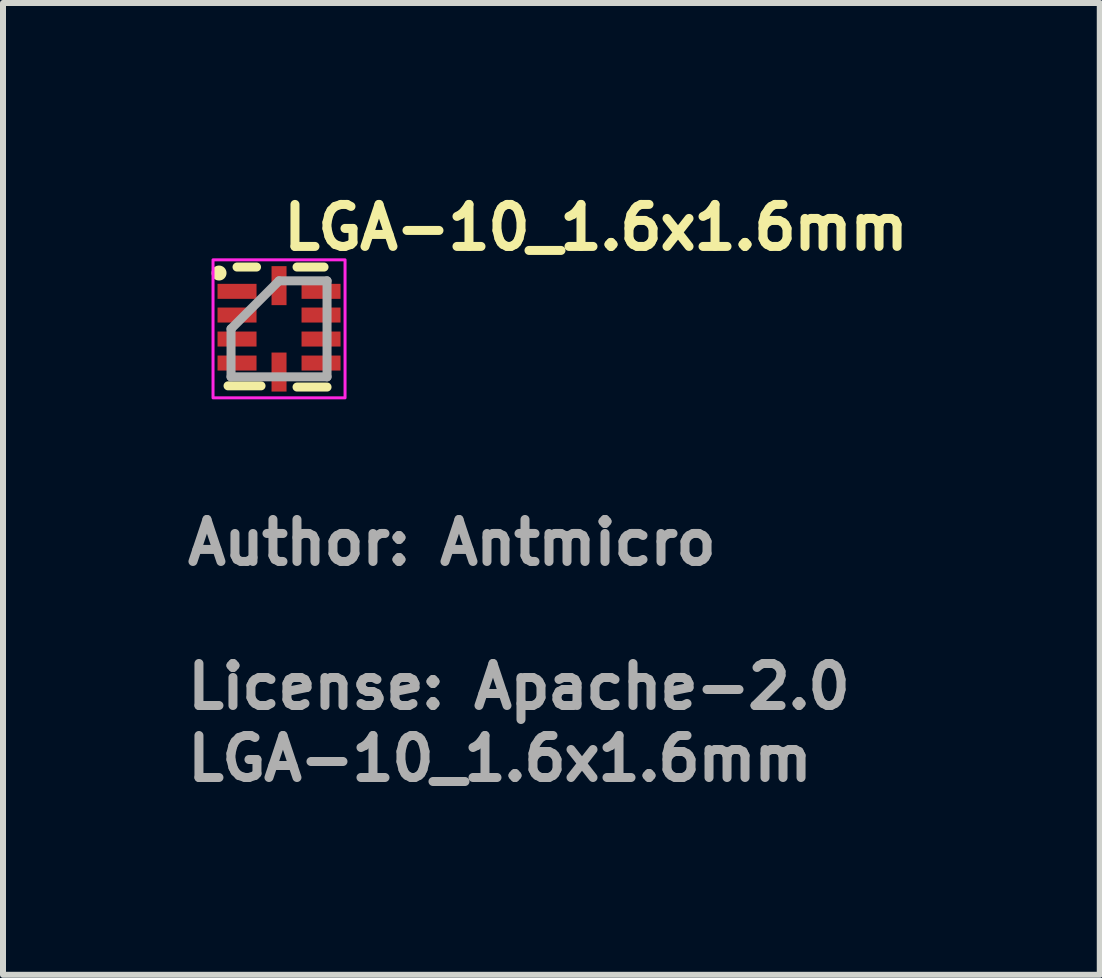
<source format=kicad_pcb>
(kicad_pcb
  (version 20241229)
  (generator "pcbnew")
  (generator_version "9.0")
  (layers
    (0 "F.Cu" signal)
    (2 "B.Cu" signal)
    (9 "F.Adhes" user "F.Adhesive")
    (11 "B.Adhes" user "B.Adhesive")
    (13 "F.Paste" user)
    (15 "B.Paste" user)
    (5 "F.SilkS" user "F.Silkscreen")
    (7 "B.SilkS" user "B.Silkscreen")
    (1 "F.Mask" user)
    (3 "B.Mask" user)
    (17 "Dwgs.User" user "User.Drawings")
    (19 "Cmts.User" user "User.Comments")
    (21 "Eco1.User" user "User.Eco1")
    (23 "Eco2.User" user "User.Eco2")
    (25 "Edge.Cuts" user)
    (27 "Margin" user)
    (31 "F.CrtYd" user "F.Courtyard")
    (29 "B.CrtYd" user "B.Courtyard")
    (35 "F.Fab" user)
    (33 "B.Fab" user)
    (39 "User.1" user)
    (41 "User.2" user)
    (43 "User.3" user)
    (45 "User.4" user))
  (footprint "LGA-10_1.6x1.6mm"
    (layer "F.Cu")
    (at 1.6 2.4)
    (property "Reference" "LGA-10_1.6x1.6mm" (at 0 -1.25 0) (layer "F.SilkS") (effects (font (size 0.7 0.7) (thickness 0.15)) (justify left bottom)))
    (attr smd)
    (fp_line (start -0.85 0.98) (end -0.3 0.98) (stroke (width 0.15) (type solid)) (layer "F.SilkS"))
    (fp_line (start -0.7 -1) (end -0.375 -1) (stroke (width 0.15) (type solid)) (layer "F.SilkS"))
    (fp_line (start 0.3 -1) (end 0.75 -1) (stroke (width 0.15) (type solid)) (layer "F.SilkS"))
    (fp_line (start 0.3 1) (end 0.8 1) (stroke (width 0.15) (type solid)) (layer "F.SilkS"))
    (fp_circle (center -1 -0.9) (end -0.95 -0.9) (stroke (width 0.15) (type solid)) (fill yes) (layer "F.SilkS"))
    (fp_rect (start -1.1 -1.12) (end 1.1 1.18) (stroke (width 0.05) (type solid)) (fill no) (layer "F.CrtYd"))
    (fp_line (start -0.8 0.03) (end -0.8 0.83) (stroke (width 0.15) (type solid)) (layer "F.Fab"))
    (fp_line (start -0.8 0.83) (end 0.8 0.83) (stroke (width 0.15) (type solid)) (layer "F.Fab"))
    (fp_line (start 0 -0.77) (end -0.8 0.03) (stroke (width 0.15) (type solid)) (layer "F.Fab"))
    (fp_line (start 0.8 -0.77) (end 0 -0.77) (stroke (width 0.15) (type solid)) (layer "F.Fab"))
    (fp_line (start 0.8 0.83) (end 0.8 -0.77) (stroke (width 0.15) (type solid)) (layer "F.Fab"))
    (fp_rect (start -0.8 -0.8) (end 0.8 0.8) (stroke (width 0.1) (type solid)) (fill no) (layer "User.5"))
    (fp_line (start -0.8 -0.8) (end -0.8 0.8) (stroke (width 0.02) (type solid)) (layer "User.9"))
    (fp_line (start -0.8 0.8) (end 0.8 0.8) (stroke (width 0.02) (type solid)) (layer "User.9"))
    (fp_line (start 0.8 -0.8) (end -0.8 -0.8) (stroke (width 0.02) (type solid)) (layer "User.9"))
    (fp_line (start 0.8 0.8) (end 0.8 -0.8) (stroke (width 0.02) (type solid)) (layer "User.9"))
    (fp_text user "License: Apache-2.0" (at -1.6 6.4 0) (layer "F.Fab") (effects (font (size 0.7 0.7) (thickness 0.15)) (justify left bottom)))
    (fp_text user "${REFERENCE}" (at -1.6 7.6 0) (layer "F.Fab") (effects (font (size 0.7 0.7) (thickness 0.15)) (justify left bottom)))
    (fp_text user "Author: Antmicro" (at -1.6 4 0) (layer "F.Fab") (effects (font (size 0.7 0.7) (thickness 0.15)) (justify left bottom)))
    (pad "1" smd rect (at -0.7 -0.595 90) (size 0.25 0.65) (layers "F.Cu" "F.Mask" "F.Paste"))
    (pad "2" smd rect (at -0.7 -0.2 90) (size 0.25 0.65) (layers "F.Cu" "F.Mask" "F.Paste"))
    (pad "3" smd rect (at -0.7 0.2 90) (size 0.25 0.65) (layers "F.Cu" "F.Mask" "F.Paste"))
    (pad "4" smd rect (at -0.7 0.6 90) (size 0.25 0.65) (layers "F.Cu" "F.Mask" "F.Paste"))
    (pad "5" smd rect (at 0 0.75) (size 0.25 0.65) (layers "F.Cu" "F.Mask" "F.Paste"))
    (pad "6" smd rect (at 0.7 0.6 90) (size 0.25 0.65) (layers "F.Cu" "F.Mask" "F.Paste"))
    (pad "7" smd rect (at 0.7 0.2 90) (size 0.25 0.65) (layers "F.Cu" "F.Mask" "F.Paste"))
    (pad "8" smd rect (at 0.7 -0.2 90) (size 0.25 0.65) (layers "F.Cu" "F.Mask" "F.Paste"))
    (pad "9" smd rect (at 0.7 -0.595 90) (size 0.25 0.65) (layers "F.Cu" "F.Mask" "F.Paste"))
    (pad "10" smd rect (at 0 -0.69) (size 0.25 0.65) (layers "F.Cu" "F.Mask" "F.Paste")))
  (gr_rect
    (start -3 -3)
    (end 15.277 13.195)
    (stroke (width 0.1) (type default))
    (fill no)
    (layer "Edge.Cuts")))
</source>
